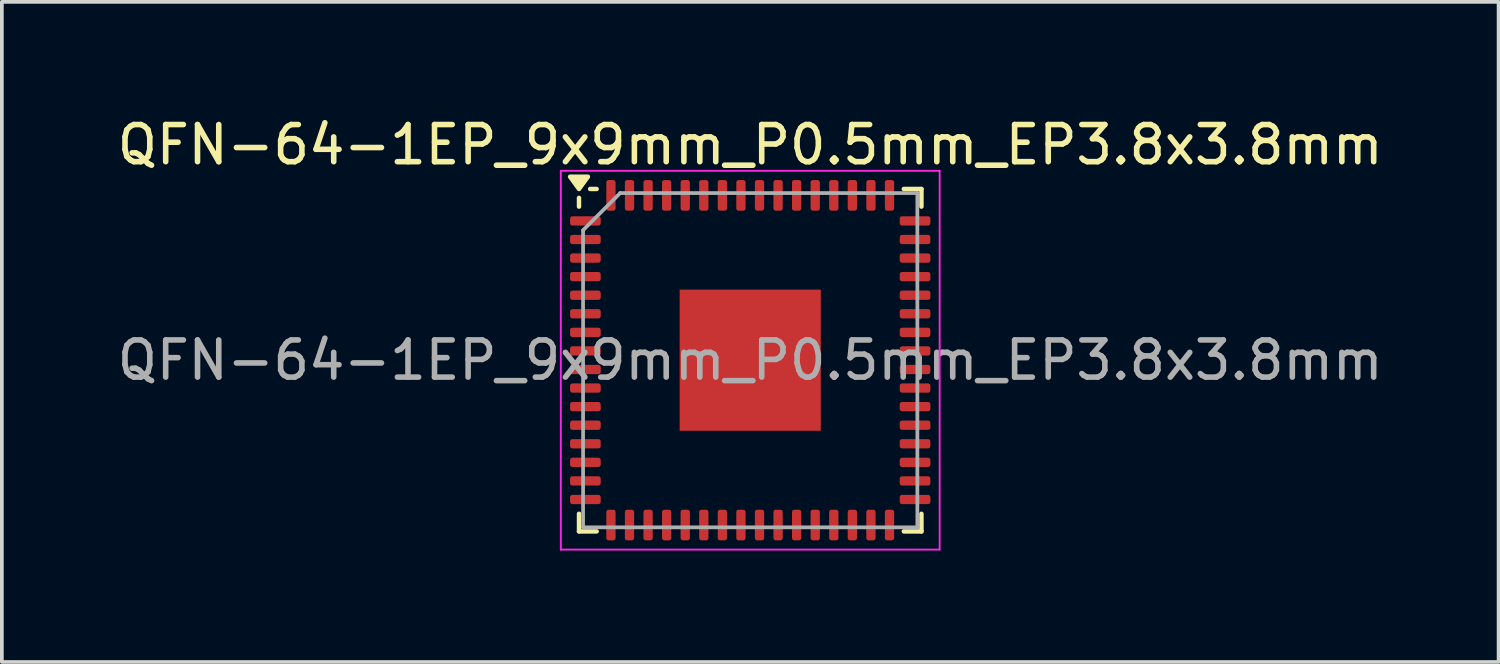
<source format=kicad_pcb>
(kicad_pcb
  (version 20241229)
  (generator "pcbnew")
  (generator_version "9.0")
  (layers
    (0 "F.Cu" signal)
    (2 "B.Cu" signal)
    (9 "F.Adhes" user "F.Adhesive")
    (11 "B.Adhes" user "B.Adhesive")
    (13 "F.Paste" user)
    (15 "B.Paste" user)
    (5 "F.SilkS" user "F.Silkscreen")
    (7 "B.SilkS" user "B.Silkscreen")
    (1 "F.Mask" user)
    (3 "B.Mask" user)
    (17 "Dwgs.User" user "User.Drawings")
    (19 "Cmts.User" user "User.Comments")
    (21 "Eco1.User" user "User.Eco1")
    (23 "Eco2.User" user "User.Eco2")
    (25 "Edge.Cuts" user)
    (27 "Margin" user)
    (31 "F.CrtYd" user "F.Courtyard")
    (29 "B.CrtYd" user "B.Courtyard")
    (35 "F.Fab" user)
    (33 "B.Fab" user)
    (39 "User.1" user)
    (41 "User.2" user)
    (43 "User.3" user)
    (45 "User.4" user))
  (footprint "QFN-64-1EP_9x9mm_P0.5mm_EP3.8x3.8mm"
    (layer "F.Cu")
    (at 17.149 6.648)
    (property "Reference" "QFN-64-1EP_9x9mm_P0.5mm_EP3.8x3.8mm" (at 0 -5.8 0) (layer "F.SilkS") (effects (font (size 1 1) (thickness 0.15))))
    (attr smd)
    (fp_line (start -4.61 -4.135) (end -4.61 -4.37) (stroke (width 0.12) (type solid)) (layer "F.SilkS"))
    (fp_line (start -4.61 4.61) (end -4.61 4.135) (stroke (width 0.12) (type solid)) (layer "F.SilkS"))
    (fp_line (start -4.135 -4.61) (end -4.31 -4.61) (stroke (width 0.12) (type solid)) (layer "F.SilkS"))
    (fp_line (start -4.135 4.61) (end -4.61 4.61) (stroke (width 0.12) (type solid)) (layer "F.SilkS"))
    (fp_line (start 4.135 -4.61) (end 4.61 -4.61) (stroke (width 0.12) (type solid)) (layer "F.SilkS"))
    (fp_line (start 4.135 4.61) (end 4.61 4.61) (stroke (width 0.12) (type solid)) (layer "F.SilkS"))
    (fp_line (start 4.61 -4.61) (end 4.61 -4.135) (stroke (width 0.12) (type solid)) (layer "F.SilkS"))
    (fp_line (start 4.61 4.61) (end 4.61 4.135) (stroke (width 0.12) (type solid)) (layer "F.SilkS"))
    (fp_poly (pts (xy -4.61 -4.61) (xy -4.85 -4.94) (xy -4.37 -4.94) (xy -4.61 -4.61)) (stroke (width 0.12) (type solid)) (fill yes) (layer "F.SilkS"))
    (fp_line (start -5.1 -5.1) (end -5.1 5.1) (stroke (width 0.05) (type solid)) (layer "F.CrtYd"))
    (fp_line (start -5.1 5.1) (end 5.1 5.1) (stroke (width 0.05) (type solid)) (layer "F.CrtYd"))
    (fp_line (start 5.1 -5.1) (end -5.1 -5.1) (stroke (width 0.05) (type solid)) (layer "F.CrtYd"))
    (fp_line (start 5.1 5.1) (end 5.1 -5.1) (stroke (width 0.05) (type solid)) (layer "F.CrtYd"))
    (fp_line (start -4.5 -3.5) (end -3.5 -4.5) (stroke (width 0.1) (type solid)) (layer "F.Fab"))
    (fp_line (start -4.5 4.5) (end -4.5 -3.5) (stroke (width 0.1) (type solid)) (layer "F.Fab"))
    (fp_line (start -3.5 -4.5) (end 4.5 -4.5) (stroke (width 0.1) (type solid)) (layer "F.Fab"))
    (fp_line (start 4.5 -4.5) (end 4.5 4.5) (stroke (width 0.1) (type solid)) (layer "F.Fab"))
    (fp_line (start 4.5 4.5) (end -4.5 4.5) (stroke (width 0.1) (type solid)) (layer "F.Fab"))
    (fp_text user "${REFERENCE}" (at 0 0 0) (layer "F.Fab") (effects (font (size 1 1) (thickness 0.15))))
    (pad "" smd roundrect (at -1.27 -1.27) (size 1.02 1.02) (layers "F.Paste") (roundrect_rratio 0.245))
    (pad "" smd roundrect (at -1.27 0) (size 1.02 1.02) (layers "F.Paste") (roundrect_rratio 0.245))
    (pad "" smd roundrect (at -1.27 1.27) (size 1.02 1.02) (layers "F.Paste") (roundrect_rratio 0.245))
    (pad "" smd roundrect (at 0 -1.27) (size 1.02 1.02) (layers "F.Paste") (roundrect_rratio 0.245))
    (pad "" smd roundrect (at 0 0) (size 1.02 1.02) (layers "F.Paste") (roundrect_rratio 0.245))
    (pad "" smd roundrect (at 0 1.27) (size 1.02 1.02) (layers "F.Paste") (roundrect_rratio 0.245))
    (pad "" smd roundrect (at 1.27 -1.27) (size 1.02 1.02) (layers "F.Paste") (roundrect_rratio 0.245))
    (pad "" smd roundrect (at 1.27 0) (size 1.02 1.02) (layers "F.Paste") (roundrect_rratio 0.245))
    (pad "" smd roundrect (at 1.27 1.27) (size 1.02 1.02) (layers "F.Paste") (roundrect_rratio 0.245))
    (pad "1" smd roundrect (at -4.438 -3.75) (size 0.825 0.25) (layers "F.Cu" "F.Mask" "F.Paste") (roundrect_rratio 0.25))
    (pad "2" smd roundrect (at -4.438 -3.25) (size 0.825 0.25) (layers "F.Cu" "F.Mask" "F.Paste") (roundrect_rratio 0.25))
    (pad "3" smd roundrect (at -4.438 -2.75) (size 0.825 0.25) (layers "F.Cu" "F.Mask" "F.Paste") (roundrect_rratio 0.25))
    (pad "4" smd roundrect (at -4.438 -2.25) (size 0.825 0.25) (layers "F.Cu" "F.Mask" "F.Paste") (roundrect_rratio 0.25))
    (pad "5" smd roundrect (at -4.438 -1.75) (size 0.825 0.25) (layers "F.Cu" "F.Mask" "F.Paste") (roundrect_rratio 0.25))
    (pad "6" smd roundrect (at -4.438 -1.25) (size 0.825 0.25) (layers "F.Cu" "F.Mask" "F.Paste") (roundrect_rratio 0.25))
    (pad "7" smd roundrect (at -4.438 -0.75) (size 0.825 0.25) (layers "F.Cu" "F.Mask" "F.Paste") (roundrect_rratio 0.25))
    (pad "8" smd roundrect (at -4.438 -0.25) (size 0.825 0.25) (layers "F.Cu" "F.Mask" "F.Paste") (roundrect_rratio 0.25))
    (pad "9" smd roundrect (at -4.438 0.25) (size 0.825 0.25) (layers "F.Cu" "F.Mask" "F.Paste") (roundrect_rratio 0.25))
    (pad "10" smd roundrect (at -4.438 0.75) (size 0.825 0.25) (layers "F.Cu" "F.Mask" "F.Paste") (roundrect_rratio 0.25))
    (pad "11" smd roundrect (at -4.438 1.25) (size 0.825 0.25) (layers "F.Cu" "F.Mask" "F.Paste") (roundrect_rratio 0.25))
    (pad "12" smd roundrect (at -4.438 1.75) (size 0.825 0.25) (layers "F.Cu" "F.Mask" "F.Paste") (roundrect_rratio 0.25))
    (pad "13" smd roundrect (at -4.438 2.25) (size 0.825 0.25) (layers "F.Cu" "F.Mask" "F.Paste") (roundrect_rratio 0.25))
    (pad "14" smd roundrect (at -4.438 2.75) (size 0.825 0.25) (layers "F.Cu" "F.Mask" "F.Paste") (roundrect_rratio 0.25))
    (pad "15" smd roundrect (at -4.438 3.25) (size 0.825 0.25) (layers "F.Cu" "F.Mask" "F.Paste") (roundrect_rratio 0.25))
    (pad "16" smd roundrect (at -4.438 3.75) (size 0.825 0.25) (layers "F.Cu" "F.Mask" "F.Paste") (roundrect_rratio 0.25))
    (pad "17" smd roundrect (at -3.75 4.438) (size 0.25 0.825) (layers "F.Cu" "F.Mask" "F.Paste") (roundrect_rratio 0.25))
    (pad "18" smd roundrect (at -3.25 4.438) (size 0.25 0.825) (layers "F.Cu" "F.Mask" "F.Paste") (roundrect_rratio 0.25))
    (pad "19" smd roundrect (at -2.75 4.438) (size 0.25 0.825) (layers "F.Cu" "F.Mask" "F.Paste") (roundrect_rratio 0.25))
    (pad "20" smd roundrect (at -2.25 4.438) (size 0.25 0.825) (layers "F.Cu" "F.Mask" "F.Paste") (roundrect_rratio 0.25))
    (pad "21" smd roundrect (at -1.75 4.438) (size 0.25 0.825) (layers "F.Cu" "F.Mask" "F.Paste") (roundrect_rratio 0.25))
    (pad "22" smd roundrect (at -1.25 4.438) (size 0.25 0.825) (layers "F.Cu" "F.Mask" "F.Paste") (roundrect_rratio 0.25))
    (pad "23" smd roundrect (at -0.75 4.438) (size 0.25 0.825) (layers "F.Cu" "F.Mask" "F.Paste") (roundrect_rratio 0.25))
    (pad "24" smd roundrect (at -0.25 4.438) (size 0.25 0.825) (layers "F.Cu" "F.Mask" "F.Paste") (roundrect_rratio 0.25))
    (pad "25" smd roundrect (at 0.25 4.438) (size 0.25 0.825) (layers "F.Cu" "F.Mask" "F.Paste") (roundrect_rratio 0.25))
    (pad "26" smd roundrect (at 0.75 4.438) (size 0.25 0.825) (layers "F.Cu" "F.Mask" "F.Paste") (roundrect_rratio 0.25))
    (pad "27" smd roundrect (at 1.25 4.438) (size 0.25 0.825) (layers "F.Cu" "F.Mask" "F.Paste") (roundrect_rratio 0.25))
    (pad "28" smd roundrect (at 1.75 4.438) (size 0.25 0.825) (layers "F.Cu" "F.Mask" "F.Paste") (roundrect_rratio 0.25))
    (pad "29" smd roundrect (at 2.25 4.438) (size 0.25 0.825) (layers "F.Cu" "F.Mask" "F.Paste") (roundrect_rratio 0.25))
    (pad "30" smd roundrect (at 2.75 4.438) (size 0.25 0.825) (layers "F.Cu" "F.Mask" "F.Paste") (roundrect_rratio 0.25))
    (pad "31" smd roundrect (at 3.25 4.438) (size 0.25 0.825) (layers "F.Cu" "F.Mask" "F.Paste") (roundrect_rratio 0.25))
    (pad "32" smd roundrect (at 3.75 4.438) (size 0.25 0.825) (layers "F.Cu" "F.Mask" "F.Paste") (roundrect_rratio 0.25))
    (pad "33" smd roundrect (at 4.438 3.75) (size 0.825 0.25) (layers "F.Cu" "F.Mask" "F.Paste") (roundrect_rratio 0.25))
    (pad "34" smd roundrect (at 4.438 3.25) (size 0.825 0.25) (layers "F.Cu" "F.Mask" "F.Paste") (roundrect_rratio 0.25))
    (pad "35" smd roundrect (at 4.438 2.75) (size 0.825 0.25) (layers "F.Cu" "F.Mask" "F.Paste") (roundrect_rratio 0.25))
    (pad "36" smd roundrect (at 4.438 2.25) (size 0.825 0.25) (layers "F.Cu" "F.Mask" "F.Paste") (roundrect_rratio 0.25))
    (pad "37" smd roundrect (at 4.438 1.75) (size 0.825 0.25) (layers "F.Cu" "F.Mask" "F.Paste") (roundrect_rratio 0.25))
    (pad "38" smd roundrect (at 4.438 1.25) (size 0.825 0.25) (layers "F.Cu" "F.Mask" "F.Paste") (roundrect_rratio 0.25))
    (pad "39" smd roundrect (at 4.438 0.75) (size 0.825 0.25) (layers "F.Cu" "F.Mask" "F.Paste") (roundrect_rratio 0.25))
    (pad "40" smd roundrect (at 4.438 0.25) (size 0.825 0.25) (layers "F.Cu" "F.Mask" "F.Paste") (roundrect_rratio 0.25))
    (pad "41" smd roundrect (at 4.438 -0.25) (size 0.825 0.25) (layers "F.Cu" "F.Mask" "F.Paste") (roundrect_rratio 0.25))
    (pad "42" smd roundrect (at 4.438 -0.75) (size 0.825 0.25) (layers "F.Cu" "F.Mask" "F.Paste") (roundrect_rratio 0.25))
    (pad "43" smd roundrect (at 4.438 -1.25) (size 0.825 0.25) (layers "F.Cu" "F.Mask" "F.Paste") (roundrect_rratio 0.25))
    (pad "44" smd roundrect (at 4.438 -1.75) (size 0.825 0.25) (layers "F.Cu" "F.Mask" "F.Paste") (roundrect_rratio 0.25))
    (pad "45" smd roundrect (at 4.438 -2.25) (size 0.825 0.25) (layers "F.Cu" "F.Mask" "F.Paste") (roundrect_rratio 0.25))
    (pad "46" smd roundrect (at 4.438 -2.75) (size 0.825 0.25) (layers "F.Cu" "F.Mask" "F.Paste") (roundrect_rratio 0.25))
    (pad "47" smd roundrect (at 4.438 -3.25) (size 0.825 0.25) (layers "F.Cu" "F.Mask" "F.Paste") (roundrect_rratio 0.25))
    (pad "48" smd roundrect (at 4.438 -3.75) (size 0.825 0.25) (layers "F.Cu" "F.Mask" "F.Paste") (roundrect_rratio 0.25))
    (pad "49" smd roundrect (at 3.75 -4.438) (size 0.25 0.825) (layers "F.Cu" "F.Mask" "F.Paste") (roundrect_rratio 0.25))
    (pad "50" smd roundrect (at 3.25 -4.438) (size 0.25 0.825) (layers "F.Cu" "F.Mask" "F.Paste") (roundrect_rratio 0.25))
    (pad "51" smd roundrect (at 2.75 -4.438) (size 0.25 0.825) (layers "F.Cu" "F.Mask" "F.Paste") (roundrect_rratio 0.25))
    (pad "52" smd roundrect (at 2.25 -4.438) (size 0.25 0.825) (layers "F.Cu" "F.Mask" "F.Paste") (roundrect_rratio 0.25))
    (pad "53" smd roundrect (at 1.75 -4.438) (size 0.25 0.825) (layers "F.Cu" "F.Mask" "F.Paste") (roundrect_rratio 0.25))
    (pad "54" smd roundrect (at 1.25 -4.438) (size 0.25 0.825) (layers "F.Cu" "F.Mask" "F.Paste") (roundrect_rratio 0.25))
    (pad "55" smd roundrect (at 0.75 -4.438) (size 0.25 0.825) (layers "F.Cu" "F.Mask" "F.Paste") (roundrect_rratio 0.25))
    (pad "56" smd roundrect (at 0.25 -4.438) (size 0.25 0.825) (layers "F.Cu" "F.Mask" "F.Paste") (roundrect_rratio 0.25))
    (pad "57" smd roundrect (at -0.25 -4.438) (size 0.25 0.825) (layers "F.Cu" "F.Mask" "F.Paste") (roundrect_rratio 0.25))
    (pad "58" smd roundrect (at -0.75 -4.438) (size 0.25 0.825) (layers "F.Cu" "F.Mask" "F.Paste") (roundrect_rratio 0.25))
    (pad "59" smd roundrect (at -1.25 -4.438) (size 0.25 0.825) (layers "F.Cu" "F.Mask" "F.Paste") (roundrect_rratio 0.25))
    (pad "60" smd roundrect (at -1.75 -4.438) (size 0.25 0.825) (layers "F.Cu" "F.Mask" "F.Paste") (roundrect_rratio 0.25))
    (pad "61" smd roundrect (at -2.25 -4.438) (size 0.25 0.825) (layers "F.Cu" "F.Mask" "F.Paste") (roundrect_rratio 0.25))
    (pad "62" smd roundrect (at -2.75 -4.438) (size 0.25 0.825) (layers "F.Cu" "F.Mask" "F.Paste") (roundrect_rratio 0.25))
    (pad "63" smd roundrect (at -3.25 -4.438) (size 0.25 0.825) (layers "F.Cu" "F.Mask" "F.Paste") (roundrect_rratio 0.25))
    (pad "64" smd roundrect (at -3.75 -4.438) (size 0.25 0.825) (layers "F.Cu" "F.Mask" "F.Paste") (roundrect_rratio 0.25))
    (pad "65" smd rect (at 0 0) (size 3.8 3.8) (property pad_prop_heatsink) (layers "F.Cu" "F.Mask")))
  (gr_rect
    (start -3 -3)
    (end 37.298 14.773)
    (stroke (width 0.1) (type default))
    (fill no)
    (layer "Edge.Cuts")))
</source>
